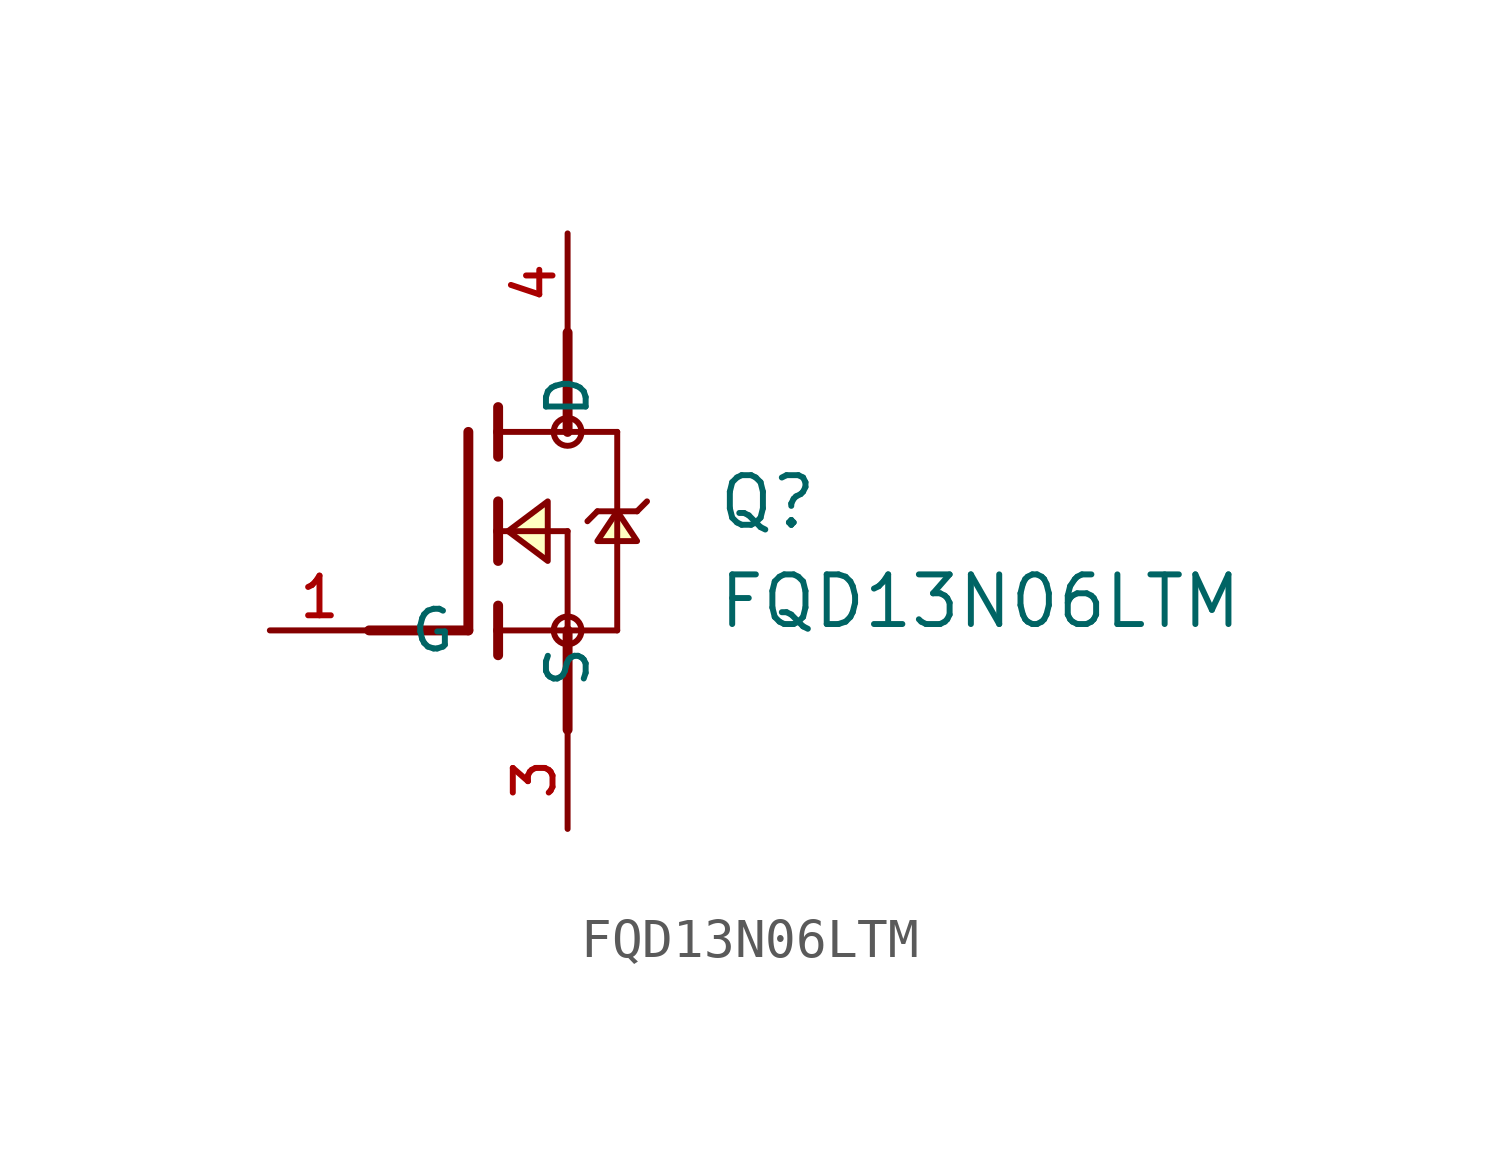
<source format=kicad_sym>
(kicad_symbol_lib
  (version 20211014)
  (generator kicad_symbol_editor)
  (symbol "FQD13N06LTM"
    (pin_names
      (offset 1.016))
    (property "Reference" "Q"
      (at 6.35 0 0)
      (effects (font (size 1.27 1.27)) (justify left bottom)))
    (property "Value" "FQD13N06LTM"
      (at 6.35 -2.54 0)
      (effects (font (size 1.27 1.27)) (justify left bottom)))
    (property "ki_locked" ""
      (at 0 0 0)
      (effects (font (size 1.27 1.27))))
    (symbol "FQD13N06LTM_0_0"
      (polyline (pts (xy -2.54 -2.54) (xy 0 -2.54)) (stroke (width 0.254) (type default) (color 0 0 0 0)) (fill (type none)))
      (polyline (pts (xy 0 2.54) (xy 0 -2.54)) (stroke (width 0.254) (type default) (color 0 0 0 0)) (fill (type none)))
      (polyline (pts (xy 0.762 -2.54) (xy 0.762 -3.175)) (stroke (width 0.254) (type default) (color 0 0 0 0)) (fill (type none)))
      (polyline (pts (xy 0.762 -1.905) (xy 0.762 -2.54)) (stroke (width 0.254) (type default) (color 0 0 0 0)) (fill (type none)))
      (polyline (pts (xy 0.762 0) (xy 0.762 -0.762)) (stroke (width 0.254) (type default) (color 0 0 0 0)) (fill (type none)))
      (polyline (pts (xy 0.762 0) (xy 2.54 0)) (stroke (width 0.152) (type default) (color 0 0 0 0)) (fill (type none)))
      (polyline (pts (xy 0.762 0.762) (xy 0.762 0)) (stroke (width 0.254) (type default) (color 0 0 0 0)) (fill (type none)))
      (polyline (pts (xy 0.762 2.54) (xy 0.762 1.905)) (stroke (width 0.254) (type default) (color 0 0 0 0)) (fill (type none)))
      (polyline (pts (xy 0.762 2.54) (xy 2.54 2.54)) (stroke (width 0.152) (type default) (color 0 0 0 0)) (fill (type none)))
      (polyline (pts (xy 0.762 3.175) (xy 0.762 2.54)) (stroke (width 0.254) (type default) (color 0 0 0 0)) (fill (type none)))
      (polyline (pts (xy 2.54 -2.54) (xy 0.762 -2.54)) (stroke (width 0.152) (type default) (color 0 0 0 0)) (fill (type none)))
      (polyline (pts (xy 2.54 -2.54) (xy 2.54 -5.08)) (stroke (width 0.254) (type default) (color 0 0 0 0)) (fill (type none)))
      (polyline (pts (xy 2.54 -2.54) (xy 3.81 -2.54)) (stroke (width 0.152) (type default) (color 0 0 0 0)) (fill (type none)))
      (polyline (pts (xy 2.54 0) (xy 2.54 -2.54)) (stroke (width 0.152) (type default) (color 0 0 0 0)) (fill (type none)))
      (polyline (pts (xy 2.54 2.54) (xy 3.81 2.54)) (stroke (width 0.152) (type default) (color 0 0 0 0)) (fill (type none)))
      (polyline (pts (xy 2.54 5.08) (xy 2.54 2.54)) (stroke (width 0.254) (type default) (color 0 0 0 0)) (fill (type none)))
      (polyline (pts (xy 3.302 0.508) (xy 3.048 0.254)) (stroke (width 0.152) (type default) (color 0 0 0 0)) (fill (type none)))
      (polyline (pts (xy 3.81 0.508) (xy 3.302 0.508)) (stroke (width 0.152) (type default) (color 0 0 0 0)) (fill (type none)))
      (polyline (pts (xy 3.81 0.508) (xy 3.81 -2.54)) (stroke (width 0.152) (type default) (color 0 0 0 0)) (fill (type none)))
      (polyline (pts (xy 3.81 2.54) (xy 3.81 0.508)) (stroke (width 0.152) (type default) (color 0 0 0 0)) (fill (type none)))
      (polyline (pts (xy 4.318 0.508) (xy 3.81 0.508)) (stroke (width 0.152) (type default) (color 0 0 0 0)) (fill (type none)))
      (polyline (pts (xy 4.572 0.762) (xy 4.318 0.508)) (stroke (width 0.152) (type default) (color 0 0 0 0)) (fill (type none)))
      (polyline (pts (xy 1.016 0) (xy 2.032 0.762) (xy 2.032 -0.762) (xy 1.016 0)) (stroke (width 0.152) (type default) (color 0 0 0 0)) (fill (type background)))
      (polyline (pts (xy 3.81 0.508) (xy 3.302 -0.254) (xy 4.318 -0.254) (xy 3.81 0.508)) (stroke (width 0.152) (type default) (color 0 0 0 0)) (fill (type background)))
      (circle (center 2.54 -2.54) (radius 0.356) (stroke (width 0) (type default) (color 0 0 0 0)) (fill (type none)))
      (circle (center 2.54 2.54) (radius 0.356) (stroke (width 0) (type default) (color 0 0 0 0)) (fill (type none)))
      (pin passive line (at -5.08 -2.54 0) (length 2.54) (name "G" (effects (font (size 1.016 1.016)))) (number "1" (effects (font (size 1.016 1.016)))))
      (pin passive line (at 2.54 -7.62 90) (length 2.54) (name "S" (effects (font (size 1.016 1.016)))) (number "3" (effects (font (size 1.016 1.016)))))
      (pin passive line (at 2.54 7.62 270) (length 2.54) (name "D" (effects (font (size 1.016 1.016)))) (number "4" (effects (font (size 1.016 1.016))))))))
</source>
